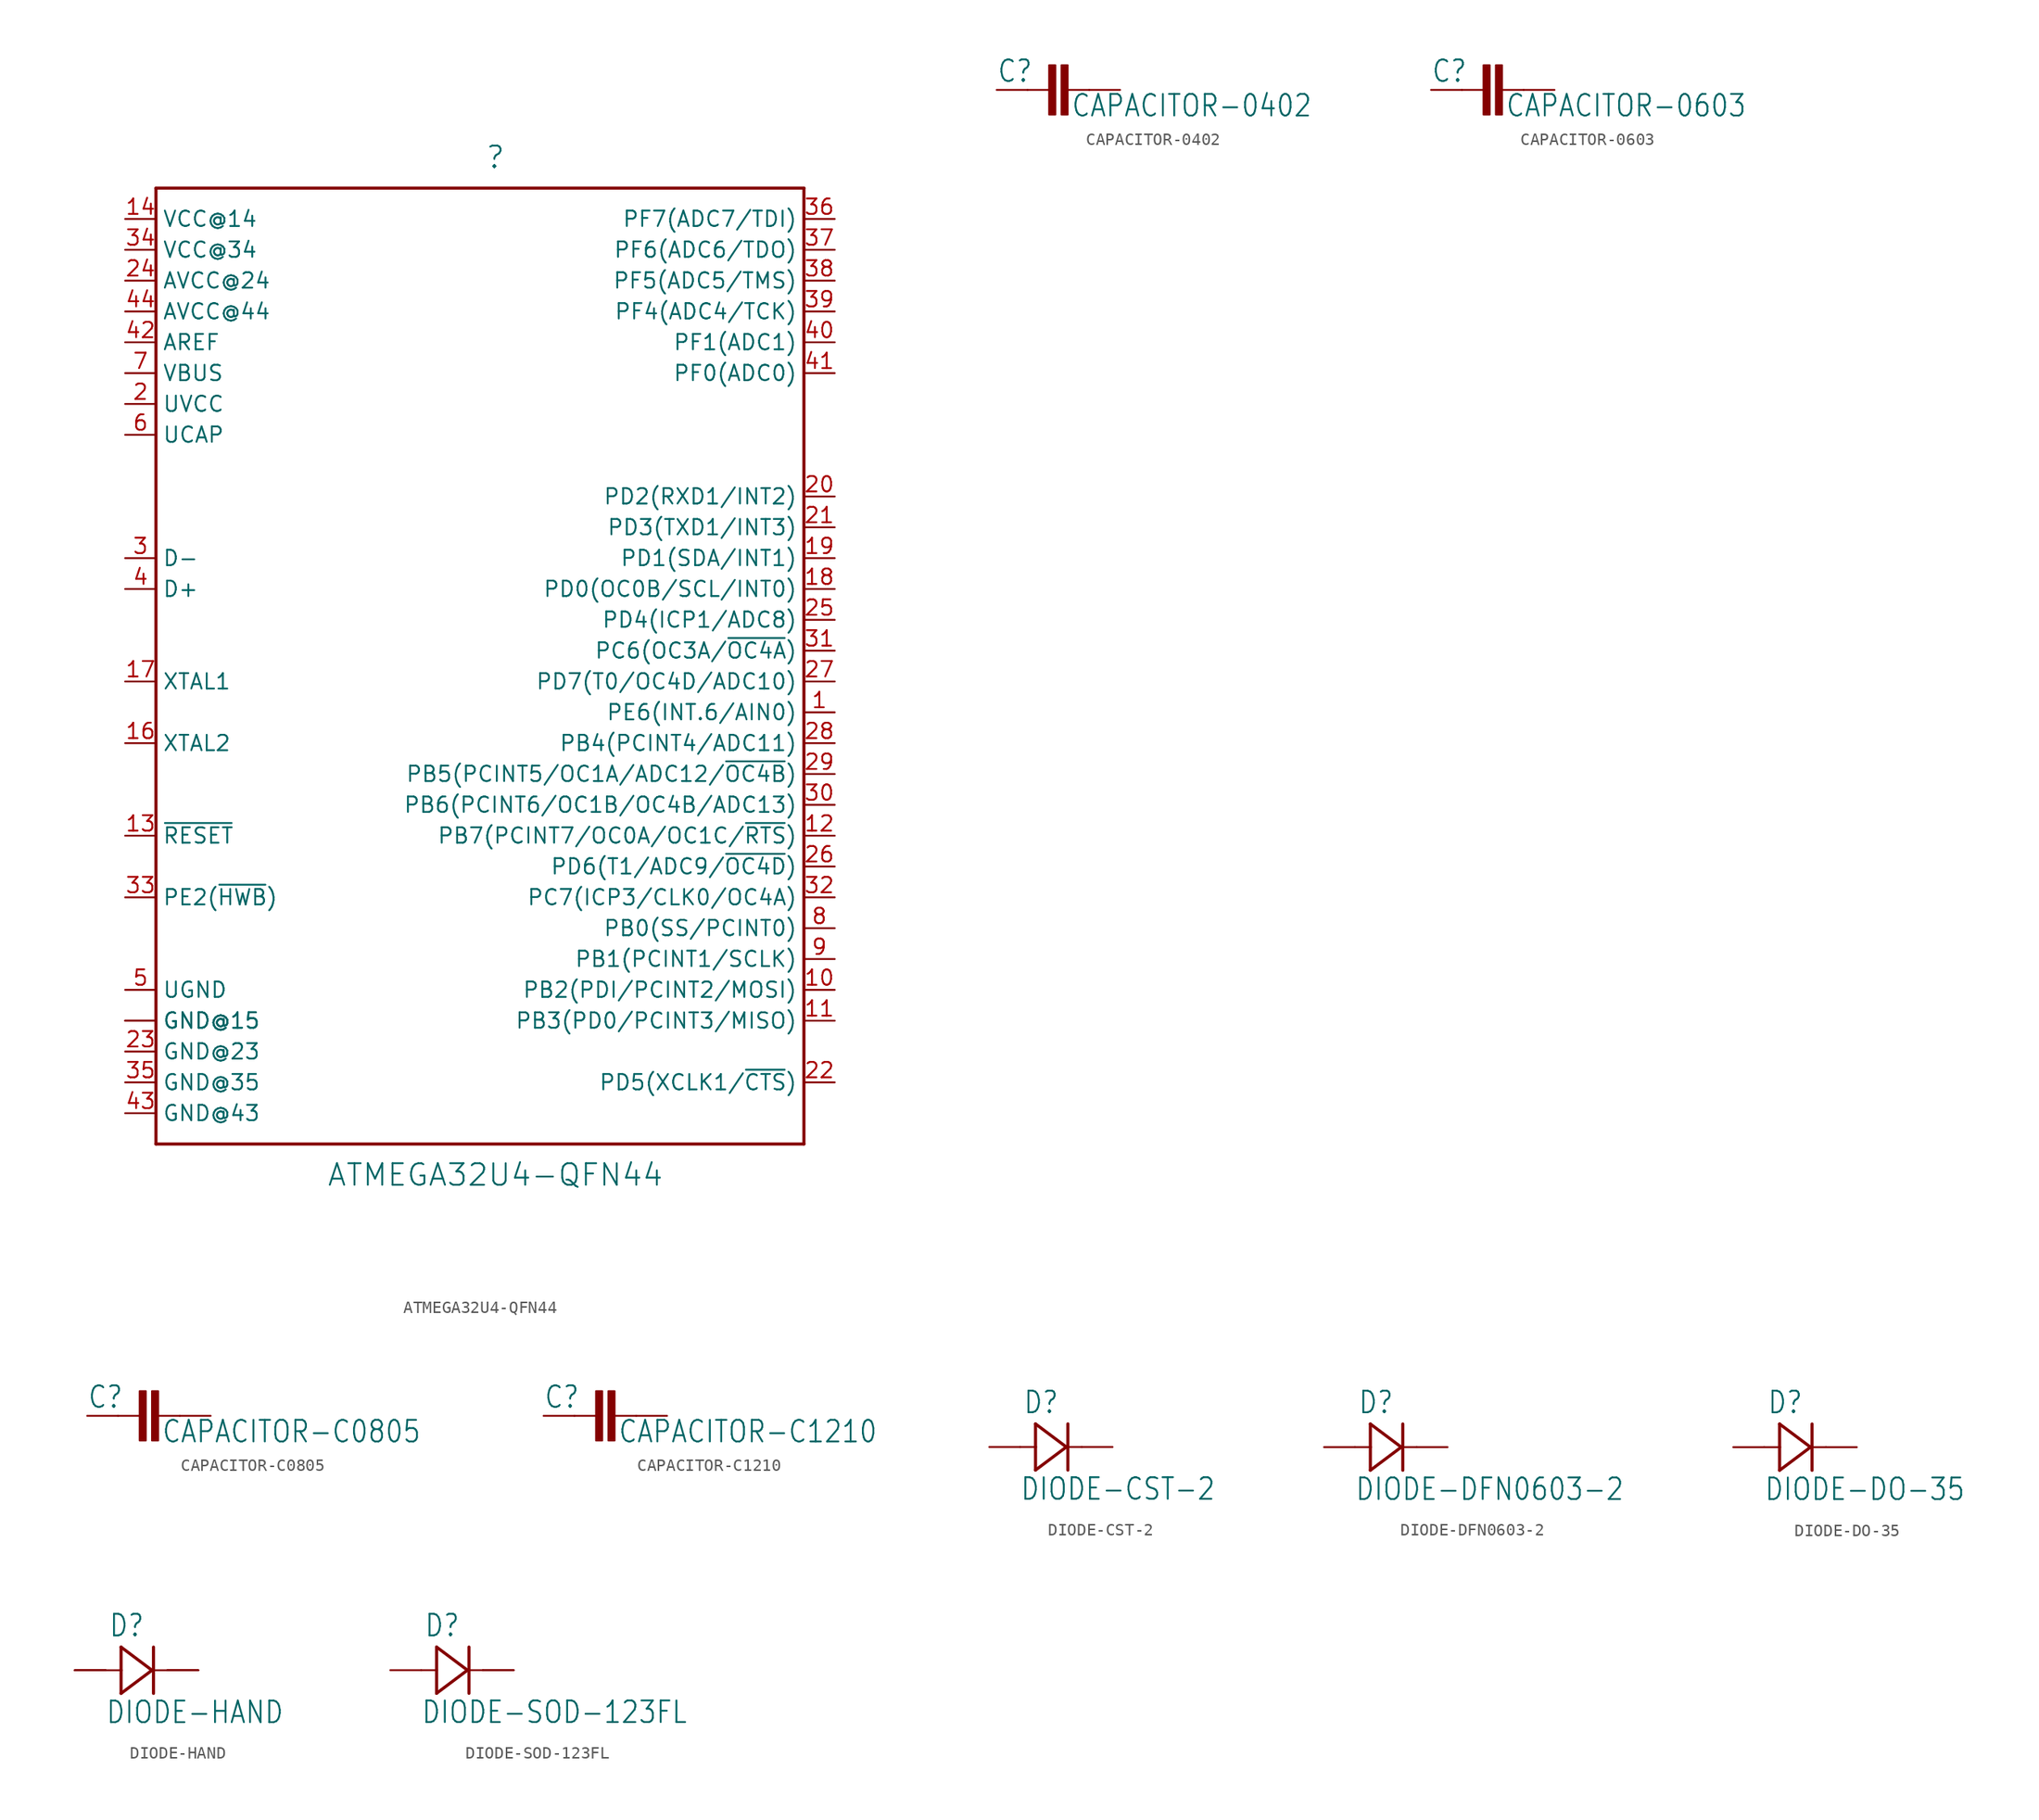
<source format=kicad_sym>
(kicad_symbol_lib
  (version 20211014)
  (generator kicad_symbol_editor)
  (symbol "ATMEGA32U4-QFN44"
    (property "Reference" ""
      (at 0 43.18 0)
      (effects (font (size 1.778 1.778))))
    (property "Value" "ATMEGA32U4-QFN44"
      (at 0 -40.64 0)
      (effects (font (size 1.778 1.778))))
    (property "ki_locked" ""
      (at 0 0 0)
      (effects (font (size 1.27 1.27))))
    (symbol "ATMEGA32U4-QFN44_1_0"
      (polyline (pts (xy -27.94 -38.1) (xy -27.94 40.64)) (stroke (width 0.254) (type default) (color 0 0 0 0)) (fill (type none)))
      (polyline (pts (xy -27.94 40.64) (xy 25.4 40.64)) (stroke (width 0.254) (type default) (color 0 0 0 0)) (fill (type none)))
      (polyline (pts (xy 25.4 -38.1) (xy -27.94 -38.1)) (stroke (width 0.254) (type default) (color 0 0 0 0)) (fill (type none)))
      (polyline (pts (xy 25.4 40.64) (xy 25.4 -38.1)) (stroke (width 0.254) (type default) (color 0 0 0 0)) (fill (type none)))
      (pin bidirectional line (at 27.94 -2.54 180) (length 2.54) (name "PE6(INT.6/AIN0)" (effects (font (size 1.27 1.27)))) (number "1" (effects (font (size 1.27 1.27)))))
      (pin bidirectional line (at 27.94 -25.4 180) (length 2.54) (name "PB2(PDI/PCINT2/MOSI)" (effects (font (size 1.27 1.27)))) (number "10" (effects (font (size 1.27 1.27)))))
      (pin bidirectional line (at 27.94 -27.94 180) (length 2.54) (name "PB3(PD0/PCINT3/MISO)" (effects (font (size 1.27 1.27)))) (number "11" (effects (font (size 1.27 1.27)))))
      (pin bidirectional line (at 27.94 -12.7 180) (length 2.54) (name "PB7(PCINT7/OC0A/OC1C/~{RTS})" (effects (font (size 1.27 1.27)))) (number "12" (effects (font (size 1.27 1.27)))))
      (pin bidirectional line (at -30.48 -12.7 0) (length 2.54) (name "~{RESET}" (effects (font (size 1.27 1.27)))) (number "13" (effects (font (size 1.27 1.27)))))
      (pin bidirectional line (at -30.48 38.1 0) (length 2.54) (name "VCC@14" (effects (font (size 1.27 1.27)))) (number "14" (effects (font (size 1.27 1.27)))))
      (pin bidirectional line (at -30.48 -27.94 0) (length 2.54) (name "GND@15" (effects (font (size 1.27 1.27)))) (number "15" (effects (font (size 0 0)))))
      (pin bidirectional line (at -30.48 -5.08 0) (length 2.54) (name "XTAL2" (effects (font (size 1.27 1.27)))) (number "16" (effects (font (size 1.27 1.27)))))
      (pin bidirectional line (at -30.48 0 0) (length 2.54) (name "XTAL1" (effects (font (size 1.27 1.27)))) (number "17" (effects (font (size 1.27 1.27)))))
      (pin bidirectional line (at 27.94 7.62 180) (length 2.54) (name "PD0(OC0B/SCL/INT0)" (effects (font (size 1.27 1.27)))) (number "18" (effects (font (size 1.27 1.27)))))
      (pin bidirectional line (at 27.94 10.16 180) (length 2.54) (name "PD1(SDA/INT1)" (effects (font (size 1.27 1.27)))) (number "19" (effects (font (size 1.27 1.27)))))
      (pin bidirectional line (at -30.48 22.86 0) (length 2.54) (name "UVCC" (effects (font (size 1.27 1.27)))) (number "2" (effects (font (size 1.27 1.27)))))
      (pin bidirectional line (at 27.94 15.24 180) (length 2.54) (name "PD2(RXD1/INT2)" (effects (font (size 1.27 1.27)))) (number "20" (effects (font (size 1.27 1.27)))))
      (pin bidirectional line (at 27.94 12.7 180) (length 2.54) (name "PD3(TXD1/INT3)" (effects (font (size 1.27 1.27)))) (number "21" (effects (font (size 1.27 1.27)))))
      (pin bidirectional line (at 27.94 -33.02 180) (length 2.54) (name "PD5(XCLK1/~{CTS})" (effects (font (size 1.27 1.27)))) (number "22" (effects (font (size 1.27 1.27)))))
      (pin bidirectional line (at -30.48 -30.48 0) (length 2.54) (name "GND@23" (effects (font (size 1.27 1.27)))) (number "23" (effects (font (size 1.27 1.27)))))
      (pin bidirectional line (at -30.48 33.02 0) (length 2.54) (name "AVCC@24" (effects (font (size 1.27 1.27)))) (number "24" (effects (font (size 1.27 1.27)))))
      (pin bidirectional line (at 27.94 5.08 180) (length 2.54) (name "PD4(ICP1/ADC8)" (effects (font (size 1.27 1.27)))) (number "25" (effects (font (size 1.27 1.27)))))
      (pin bidirectional line (at 27.94 -15.24 180) (length 2.54) (name "PD6(T1/ADC9/~{OC4D})" (effects (font (size 1.27 1.27)))) (number "26" (effects (font (size 1.27 1.27)))))
      (pin bidirectional line (at 27.94 0 180) (length 2.54) (name "PD7(T0/OC4D/ADC10)" (effects (font (size 1.27 1.27)))) (number "27" (effects (font (size 1.27 1.27)))))
      (pin bidirectional line (at 27.94 -5.08 180) (length 2.54) (name "PB4(PCINT4/ADC11)" (effects (font (size 1.27 1.27)))) (number "28" (effects (font (size 1.27 1.27)))))
      (pin bidirectional line (at 27.94 -7.62 180) (length 2.54) (name "PB5(PCINT5/OC1A/ADC12/~{OC4B})" (effects (font (size 1.27 1.27)))) (number "29" (effects (font (size 1.27 1.27)))))
      (pin bidirectional line (at -30.48 10.16 0) (length 2.54) (name "D-" (effects (font (size 1.27 1.27)))) (number "3" (effects (font (size 1.27 1.27)))))
      (pin bidirectional line (at 27.94 -10.16 180) (length 2.54) (name "PB6(PCINT6/OC1B/OC4B/ADC13)" (effects (font (size 1.27 1.27)))) (number "30" (effects (font (size 1.27 1.27)))))
      (pin bidirectional line (at 27.94 2.54 180) (length 2.54) (name "PC6(OC3A/~{OC4A})" (effects (font (size 1.27 1.27)))) (number "31" (effects (font (size 1.27 1.27)))))
      (pin bidirectional line (at 27.94 -17.78 180) (length 2.54) (name "PC7(ICP3/CLK0/OC4A)" (effects (font (size 1.27 1.27)))) (number "32" (effects (font (size 1.27 1.27)))))
      (pin bidirectional line (at -30.48 -17.78 0) (length 2.54) (name "PE2(~{HWB})" (effects (font (size 1.27 1.27)))) (number "33" (effects (font (size 1.27 1.27)))))
      (pin bidirectional line (at -30.48 35.56 0) (length 2.54) (name "VCC@34" (effects (font (size 1.27 1.27)))) (number "34" (effects (font (size 1.27 1.27)))))
      (pin bidirectional line (at -30.48 -33.02 0) (length 2.54) (name "GND@35" (effects (font (size 1.27 1.27)))) (number "35" (effects (font (size 1.27 1.27)))))
      (pin bidirectional line (at 27.94 38.1 180) (length 2.54) (name "PF7(ADC7/TDI)" (effects (font (size 1.27 1.27)))) (number "36" (effects (font (size 1.27 1.27)))))
      (pin bidirectional line (at 27.94 35.56 180) (length 2.54) (name "PF6(ADC6/TDO)" (effects (font (size 1.27 1.27)))) (number "37" (effects (font (size 1.27 1.27)))))
      (pin bidirectional line (at 27.94 33.02 180) (length 2.54) (name "PF5(ADC5/TMS)" (effects (font (size 1.27 1.27)))) (number "38" (effects (font (size 1.27 1.27)))))
      (pin bidirectional line (at 27.94 30.48 180) (length 2.54) (name "PF4(ADC4/TCK)" (effects (font (size 1.27 1.27)))) (number "39" (effects (font (size 1.27 1.27)))))
      (pin bidirectional line (at -30.48 7.62 0) (length 2.54) (name "D+" (effects (font (size 1.27 1.27)))) (number "4" (effects (font (size 1.27 1.27)))))
      (pin bidirectional line (at 27.94 27.94 180) (length 2.54) (name "PF1(ADC1)" (effects (font (size 1.27 1.27)))) (number "40" (effects (font (size 1.27 1.27)))))
      (pin bidirectional line (at 27.94 25.4 180) (length 2.54) (name "PF0(ADC0)" (effects (font (size 1.27 1.27)))) (number "41" (effects (font (size 1.27 1.27)))))
      (pin bidirectional line (at -30.48 27.94 0) (length 2.54) (name "AREF" (effects (font (size 1.27 1.27)))) (number "42" (effects (font (size 1.27 1.27)))))
      (pin bidirectional line (at -30.48 -35.56 0) (length 2.54) (name "GND@43" (effects (font (size 1.27 1.27)))) (number "43" (effects (font (size 1.27 1.27)))))
      (pin bidirectional line (at -30.48 30.48 0) (length 2.54) (name "AVCC@44" (effects (font (size 1.27 1.27)))) (number "44" (effects (font (size 1.27 1.27)))))
      (pin bidirectional line (at -30.48 -25.4 0) (length 2.54) (name "UGND" (effects (font (size 1.27 1.27)))) (number "5" (effects (font (size 1.27 1.27)))))
      (pin bidirectional line (at -30.48 20.32 0) (length 2.54) (name "UCAP" (effects (font (size 1.27 1.27)))) (number "6" (effects (font (size 1.27 1.27)))))
      (pin bidirectional line (at -30.48 25.4 0) (length 2.54) (name "VBUS" (effects (font (size 1.27 1.27)))) (number "7" (effects (font (size 1.27 1.27)))))
      (pin bidirectional line (at 27.94 -20.32 180) (length 2.54) (name "PB0(SS/PCINT0)" (effects (font (size 1.27 1.27)))) (number "8" (effects (font (size 1.27 1.27)))))
      (pin bidirectional line (at 27.94 -22.86 180) (length 2.54) (name "PB1(PCINT1/SCLK)" (effects (font (size 1.27 1.27)))) (number "9" (effects (font (size 1.27 1.27)))))
      (pin bidirectional line (at -30.48 -27.94 0) (length 2.54) (name "GND@15" (effects (font (size 1.27 1.27)))) (number "TAB" (effects (font (size 0 0)))))))
  (symbol "CAPACITOR-0402"
    (property "Reference" "C"
      (at -5.08 0.508 0)
      (effects (font (size 1.778 1.511)) (justify left bottom)))
    (property "Value" "CAPACITOR-0402"
      (at 1.016 -0.254 0)
      (effects (font (size 1.778 1.511)) (justify left top)))
    (property "ki_locked" ""
      (at 0 0 0)
      (effects (font (size 1.27 1.27))))
    (symbol "CAPACITOR-0402_1_0"
      (rectangle (start -0.762 2.032) (end -0.254 -2.032) (stroke (width 0) (type default) (color 0 0 0 0)) (fill (type outline)))
      (polyline (pts (xy -2.54 0) (xy -0.762 0)) (stroke (width 0.152) (type default) (color 0 0 0 0)) (fill (type none)))
      (polyline (pts (xy 2.54 0) (xy 0.762 0)) (stroke (width 0.152) (type default) (color 0 0 0 0)) (fill (type none)))
      (rectangle (start 0.254 2.032) (end 0.762 -2.032) (stroke (width 0) (type default) (color 0 0 0 0)) (fill (type outline)))
      (pin passive line (at -5.08 0 0) (length 2.54) (name "1" (effects (font (size 0 0)))) (number "1" (effects (font (size 0 0)))))
      (pin passive line (at 5.08 0 180) (length 2.54) (name "2" (effects (font (size 0 0)))) (number "2" (effects (font (size 0 0)))))))
  (symbol "CAPACITOR-0603"
    (property "Reference" "C"
      (at -5.08 0.508 0)
      (effects (font (size 1.778 1.511)) (justify left bottom)))
    (property "Value" "CAPACITOR-0603"
      (at 1.016 -0.254 0)
      (effects (font (size 1.778 1.511)) (justify left top)))
    (property "ki_locked" ""
      (at 0 0 0)
      (effects (font (size 1.27 1.27))))
    (symbol "CAPACITOR-0603_1_0"
      (rectangle (start -0.762 2.032) (end -0.254 -2.032) (stroke (width 0) (type default) (color 0 0 0 0)) (fill (type outline)))
      (polyline (pts (xy -2.54 0) (xy -0.762 0)) (stroke (width 0.152) (type default) (color 0 0 0 0)) (fill (type none)))
      (polyline (pts (xy 2.54 0) (xy 0.762 0)) (stroke (width 0.152) (type default) (color 0 0 0 0)) (fill (type none)))
      (rectangle (start 0.254 2.032) (end 0.762 -2.032) (stroke (width 0) (type default) (color 0 0 0 0)) (fill (type outline)))
      (pin passive line (at -5.08 0 0) (length 2.54) (name "1" (effects (font (size 0 0)))) (number "1" (effects (font (size 0 0)))))
      (pin passive line (at 5.08 0 180) (length 2.54) (name "2" (effects (font (size 0 0)))) (number "2" (effects (font (size 0 0)))))))
  (symbol "CAPACITOR-C0805"
    (property "Reference" "C"
      (at -5.08 0.508 0)
      (effects (font (size 1.778 1.511)) (justify left bottom)))
    (property "Value" "CAPACITOR-C0805"
      (at 1.016 -0.254 0)
      (effects (font (size 1.778 1.511)) (justify left top)))
    (property "ki_locked" ""
      (at 0 0 0)
      (effects (font (size 1.27 1.27))))
    (symbol "CAPACITOR-C0805_1_0"
      (rectangle (start -0.762 2.032) (end -0.254 -2.032) (stroke (width 0) (type default) (color 0 0 0 0)) (fill (type outline)))
      (polyline (pts (xy -2.54 0) (xy -0.762 0)) (stroke (width 0.152) (type default) (color 0 0 0 0)) (fill (type none)))
      (polyline (pts (xy 2.54 0) (xy 0.762 0)) (stroke (width 0.152) (type default) (color 0 0 0 0)) (fill (type none)))
      (rectangle (start 0.254 2.032) (end 0.762 -2.032) (stroke (width 0) (type default) (color 0 0 0 0)) (fill (type outline)))
      (pin passive line (at -5.08 0 0) (length 2.54) (name "1" (effects (font (size 0 0)))) (number "1" (effects (font (size 0 0)))))
      (pin passive line (at 5.08 0 180) (length 2.54) (name "2" (effects (font (size 0 0)))) (number "2" (effects (font (size 0 0)))))))
  (symbol "CAPACITOR-C1210"
    (property "Reference" "C"
      (at -5.08 0.508 0)
      (effects (font (size 1.778 1.511)) (justify left bottom)))
    (property "Value" "CAPACITOR-C1210"
      (at 1.016 -0.254 0)
      (effects (font (size 1.778 1.511)) (justify left top)))
    (property "ki_locked" ""
      (at 0 0 0)
      (effects (font (size 1.27 1.27))))
    (symbol "CAPACITOR-C1210_1_0"
      (rectangle (start -0.762 2.032) (end -0.254 -2.032) (stroke (width 0) (type default) (color 0 0 0 0)) (fill (type outline)))
      (polyline (pts (xy -2.54 0) (xy -0.762 0)) (stroke (width 0.152) (type default) (color 0 0 0 0)) (fill (type none)))
      (polyline (pts (xy 2.54 0) (xy 0.762 0)) (stroke (width 0.152) (type default) (color 0 0 0 0)) (fill (type none)))
      (rectangle (start 0.254 2.032) (end 0.762 -2.032) (stroke (width 0) (type default) (color 0 0 0 0)) (fill (type outline)))
      (pin passive line (at -5.08 0 0) (length 2.54) (name "1" (effects (font (size 0 0)))) (number "1" (effects (font (size 0 0)))))
      (pin passive line (at 5.08 0 180) (length 2.54) (name "2" (effects (font (size 0 0)))) (number "2" (effects (font (size 0 0)))))))
  (symbol "DIODE-CST-2"
    (property "Reference" "D"
      (at -2.311 2.642 0)
      (effects (font (size 1.778 1.511)) (justify left bottom)))
    (property "Value" "DIODE-CST-2"
      (at -2.565 -4.496 0)
      (effects (font (size 1.778 1.511)) (justify left bottom)))
    (property "ki_locked" ""
      (at 0 0 0)
      (effects (font (size 1.27 1.27))))
    (symbol "DIODE-CST-2_1_0"
      (polyline (pts (xy -2.54 0) (xy -1.27 0)) (stroke (width 0.152) (type default) (color 0 0 0 0)) (fill (type none)))
      (polyline (pts (xy -1.27 -1.905) (xy 1.27 0)) (stroke (width 0.254) (type default) (color 0 0 0 0)) (fill (type none)))
      (polyline (pts (xy -1.27 0) (xy -1.27 -1.905)) (stroke (width 0.254) (type default) (color 0 0 0 0)) (fill (type none)))
      (polyline (pts (xy -1.27 1.905) (xy -1.27 0)) (stroke (width 0.254) (type default) (color 0 0 0 0)) (fill (type none)))
      (polyline (pts (xy 1.27 0) (xy -1.27 1.905)) (stroke (width 0.254) (type default) (color 0 0 0 0)) (fill (type none)))
      (polyline (pts (xy 1.27 0) (xy 2.54 0)) (stroke (width 0.152) (type default) (color 0 0 0 0)) (fill (type none)))
      (polyline (pts (xy 1.397 1.905) (xy 1.397 -1.905)) (stroke (width 0.254) (type default) (color 0 0 0 0)) (fill (type none)))
      (pin passive line (at -5.08 0 0) (length 2.54) (name "A" (effects (font (size 0 0)))) (number "A" (effects (font (size 0 0)))))
      (pin passive line (at 5.08 0 180) (length 2.54) (name "C" (effects (font (size 0 0)))) (number "C" (effects (font (size 0 0)))))))
  (symbol "DIODE-DFN0603-2"
    (property "Reference" "D"
      (at -2.311 2.642 0)
      (effects (font (size 1.778 1.511)) (justify left bottom)))
    (property "Value" "DIODE-DFN0603-2"
      (at -2.565 -4.496 0)
      (effects (font (size 1.778 1.511)) (justify left bottom)))
    (property "ki_locked" ""
      (at 0 0 0)
      (effects (font (size 1.27 1.27))))
    (symbol "DIODE-DFN0603-2_1_0"
      (polyline (pts (xy -2.54 0) (xy -1.27 0)) (stroke (width 0.152) (type default) (color 0 0 0 0)) (fill (type none)))
      (polyline (pts (xy -1.27 -1.905) (xy 1.27 0)) (stroke (width 0.254) (type default) (color 0 0 0 0)) (fill (type none)))
      (polyline (pts (xy -1.27 0) (xy -1.27 -1.905)) (stroke (width 0.254) (type default) (color 0 0 0 0)) (fill (type none)))
      (polyline (pts (xy -1.27 1.905) (xy -1.27 0)) (stroke (width 0.254) (type default) (color 0 0 0 0)) (fill (type none)))
      (polyline (pts (xy 1.27 0) (xy -1.27 1.905)) (stroke (width 0.254) (type default) (color 0 0 0 0)) (fill (type none)))
      (polyline (pts (xy 1.27 0) (xy 2.54 0)) (stroke (width 0.152) (type default) (color 0 0 0 0)) (fill (type none)))
      (polyline (pts (xy 1.397 1.905) (xy 1.397 -1.905)) (stroke (width 0.254) (type default) (color 0 0 0 0)) (fill (type none)))
      (pin passive line (at -5.08 0 0) (length 2.54) (name "A" (effects (font (size 0 0)))) (number "A" (effects (font (size 0 0)))))
      (pin passive line (at 5.08 0 180) (length 2.54) (name "C" (effects (font (size 0 0)))) (number "C" (effects (font (size 0 0)))))))
  (symbol "DIODE-DO-35"
    (property "Reference" "D"
      (at -2.311 2.642 0)
      (effects (font (size 1.778 1.511)) (justify left bottom)))
    (property "Value" "DIODE-DO-35"
      (at -2.565 -4.496 0)
      (effects (font (size 1.778 1.511)) (justify left bottom)))
    (property "ki_locked" ""
      (at 0 0 0)
      (effects (font (size 1.27 1.27))))
    (symbol "DIODE-DO-35_1_0"
      (polyline (pts (xy -2.54 0) (xy -1.27 0)) (stroke (width 0.152) (type default) (color 0 0 0 0)) (fill (type none)))
      (polyline (pts (xy -1.27 -1.905) (xy 1.27 0)) (stroke (width 0.254) (type default) (color 0 0 0 0)) (fill (type none)))
      (polyline (pts (xy -1.27 0) (xy -1.27 -1.905)) (stroke (width 0.254) (type default) (color 0 0 0 0)) (fill (type none)))
      (polyline (pts (xy -1.27 1.905) (xy -1.27 0)) (stroke (width 0.254) (type default) (color 0 0 0 0)) (fill (type none)))
      (polyline (pts (xy 1.27 0) (xy -1.27 1.905)) (stroke (width 0.254) (type default) (color 0 0 0 0)) (fill (type none)))
      (polyline (pts (xy 1.27 0) (xy 2.54 0)) (stroke (width 0.152) (type default) (color 0 0 0 0)) (fill (type none)))
      (polyline (pts (xy 1.397 1.905) (xy 1.397 -1.905)) (stroke (width 0.254) (type default) (color 0 0 0 0)) (fill (type none)))
      (pin passive line (at -5.08 0 0) (length 2.54) (name "A" (effects (font (size 0 0)))) (number "A" (effects (font (size 0 0)))))
      (pin passive line (at 5.08 0 180) (length 2.54) (name "C" (effects (font (size 0 0)))) (number "C" (effects (font (size 0 0)))))))
  (symbol "DIODE-HAND"
    (property "Reference" "D"
      (at -2.311 2.642 0)
      (effects (font (size 1.778 1.511)) (justify left bottom)))
    (property "Value" "DIODE-HAND"
      (at -2.565 -4.496 0)
      (effects (font (size 1.778 1.511)) (justify left bottom)))
    (property "ki_locked" ""
      (at 0 0 0)
      (effects (font (size 1.27 1.27))))
    (symbol "DIODE-HAND_1_0"
      (polyline (pts (xy -2.54 0) (xy -1.27 0)) (stroke (width 0.152) (type default) (color 0 0 0 0)) (fill (type none)))
      (polyline (pts (xy -1.27 -1.905) (xy 1.27 0)) (stroke (width 0.254) (type default) (color 0 0 0 0)) (fill (type none)))
      (polyline (pts (xy -1.27 0) (xy -1.27 -1.905)) (stroke (width 0.254) (type default) (color 0 0 0 0)) (fill (type none)))
      (polyline (pts (xy -1.27 1.905) (xy -1.27 0)) (stroke (width 0.254) (type default) (color 0 0 0 0)) (fill (type none)))
      (polyline (pts (xy 1.27 0) (xy -1.27 1.905)) (stroke (width 0.254) (type default) (color 0 0 0 0)) (fill (type none)))
      (polyline (pts (xy 1.27 0) (xy 2.54 0)) (stroke (width 0.152) (type default) (color 0 0 0 0)) (fill (type none)))
      (polyline (pts (xy 1.397 1.905) (xy 1.397 -1.905)) (stroke (width 0.254) (type default) (color 0 0 0 0)) (fill (type none)))
      (pin passive line (at -5.08 0 0) (length 2.54) (name "A" (effects (font (size 0 0)))) (number "A1" (effects (font (size 0 0)))))
      (pin passive line (at -5.08 0 0) (length 2.54) (name "A" (effects (font (size 0 0)))) (number "A2" (effects (font (size 0 0)))))
      (pin passive line (at -5.08 0 0) (length 2.54) (name "A" (effects (font (size 0 0)))) (number "A3" (effects (font (size 0 0)))))
      (pin passive line (at 5.08 0 180) (length 2.54) (name "C" (effects (font (size 0 0)))) (number "C1" (effects (font (size 0 0)))))
      (pin passive line (at 5.08 0 180) (length 2.54) (name "C" (effects (font (size 0 0)))) (number "C2" (effects (font (size 0 0)))))
      (pin passive line (at 5.08 0 180) (length 2.54) (name "C" (effects (font (size 0 0)))) (number "C3" (effects (font (size 0 0)))))))
  (symbol "DIODE-SOD-123FL"
    (property "Reference" "D"
      (at -2.311 2.642 0)
      (effects (font (size 1.778 1.511)) (justify left bottom)))
    (property "Value" "DIODE-SOD-123FL"
      (at -2.565 -4.496 0)
      (effects (font (size 1.778 1.511)) (justify left bottom)))
    (property "ki_locked" ""
      (at 0 0 0)
      (effects (font (size 1.27 1.27))))
    (symbol "DIODE-SOD-123FL_1_0"
      (polyline (pts (xy -2.54 0) (xy -1.27 0)) (stroke (width 0.152) (type default) (color 0 0 0 0)) (fill (type none)))
      (polyline (pts (xy -1.27 -1.905) (xy 1.27 0)) (stroke (width 0.254) (type default) (color 0 0 0 0)) (fill (type none)))
      (polyline (pts (xy -1.27 0) (xy -1.27 -1.905)) (stroke (width 0.254) (type default) (color 0 0 0 0)) (fill (type none)))
      (polyline (pts (xy -1.27 1.905) (xy -1.27 0)) (stroke (width 0.254) (type default) (color 0 0 0 0)) (fill (type none)))
      (polyline (pts (xy 1.27 0) (xy -1.27 1.905)) (stroke (width 0.254) (type default) (color 0 0 0 0)) (fill (type none)))
      (polyline (pts (xy 1.27 0) (xy 2.54 0)) (stroke (width 0.152) (type default) (color 0 0 0 0)) (fill (type none)))
      (polyline (pts (xy 1.397 1.905) (xy 1.397 -1.905)) (stroke (width 0.254) (type default) (color 0 0 0 0)) (fill (type none)))
      (pin passive line (at -5.08 0 0) (length 2.54) (name "A" (effects (font (size 0 0)))) (number "A" (effects (font (size 0 0)))))
      (pin passive line (at 5.08 0 180) (length 2.54) (name "C" (effects (font (size 0 0)))) (number "C@1" (effects (font (size 0 0)))))
      (pin passive line (at 5.08 0 180) (length 2.54) (name "C" (effects (font (size 0 0)))) (number "C@2" (effects (font (size 0 0))))))))
</source>
